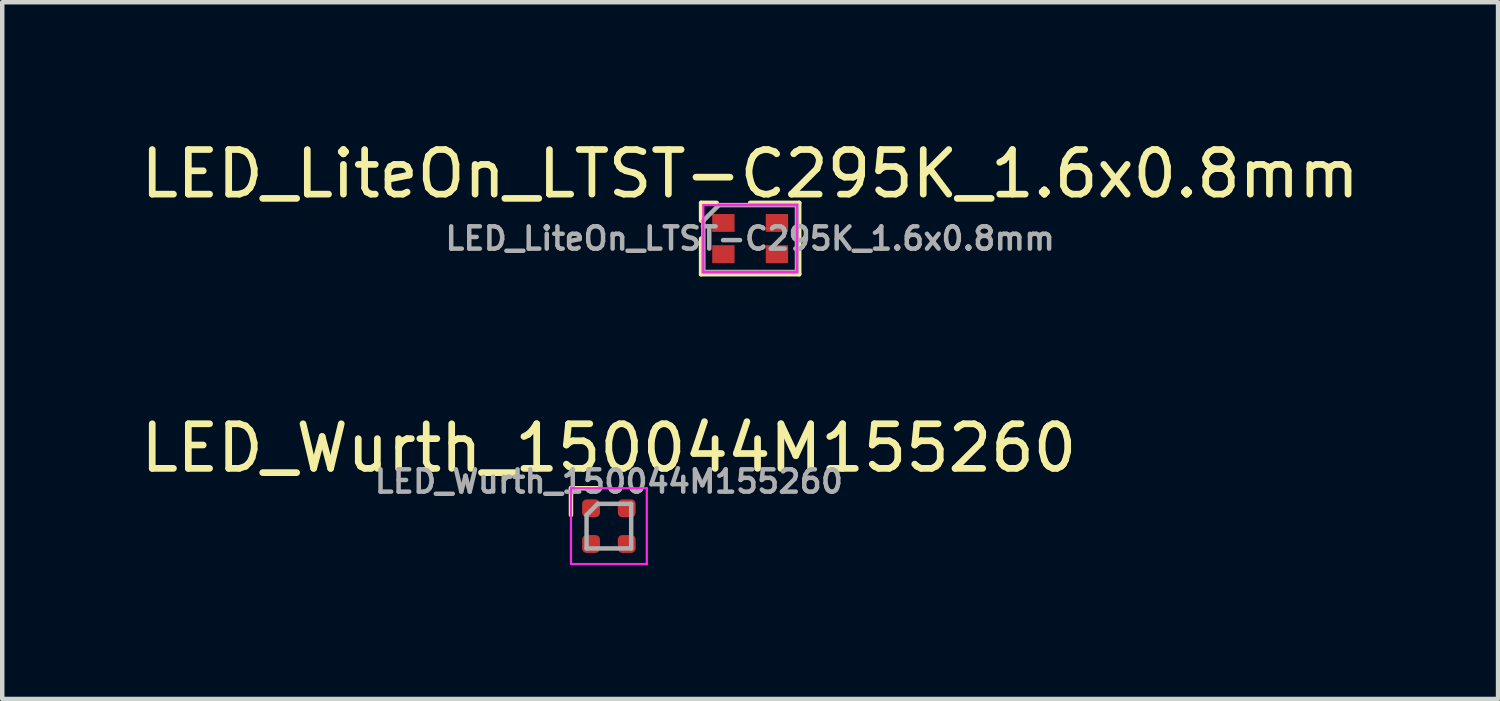
<source format=kicad_pcb>
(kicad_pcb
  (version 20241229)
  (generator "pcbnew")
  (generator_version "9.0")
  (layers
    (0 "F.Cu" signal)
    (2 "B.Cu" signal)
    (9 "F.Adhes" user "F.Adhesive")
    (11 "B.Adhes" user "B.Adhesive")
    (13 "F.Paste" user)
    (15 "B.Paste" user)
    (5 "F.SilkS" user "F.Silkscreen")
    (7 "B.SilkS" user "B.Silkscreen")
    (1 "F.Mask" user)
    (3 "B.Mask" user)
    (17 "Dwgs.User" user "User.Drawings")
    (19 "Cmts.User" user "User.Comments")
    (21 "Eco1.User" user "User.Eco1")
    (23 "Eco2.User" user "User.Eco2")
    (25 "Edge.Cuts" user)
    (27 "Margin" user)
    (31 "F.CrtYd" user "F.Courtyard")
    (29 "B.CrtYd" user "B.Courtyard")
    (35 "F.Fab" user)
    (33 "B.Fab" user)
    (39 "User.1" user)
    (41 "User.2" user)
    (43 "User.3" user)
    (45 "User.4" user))
  (footprint "LED_Wurth_150044M155260"
    (layer "F.Cu")
    (at 10.601 8.746)
    (property "Reference" "LED_Wurth_150044M155260" (at 0 -1.75 0) (layer "F.SilkS") (effects (font (size 1 1) (thickness 0.15))))
    (attr smd)
    (fp_line (start -0.85 -0.85) (end -0.85 -0.25) (stroke (width 0.1) (type solid)) (layer "F.SilkS"))
    (fp_line (start -0.25 -0.85) (end -0.85 -0.85) (stroke (width 0.1) (type solid)) (layer "F.SilkS"))
    (fp_line (start -0.85 -0.85) (end -0.85 0.85) (stroke (width 0.05) (type solid)) (layer "F.CrtYd"))
    (fp_line (start -0.85 0.85) (end 0.85 0.85) (stroke (width 0.05) (type solid)) (layer "F.CrtYd"))
    (fp_line (start 0.85 -0.85) (end -0.85 -0.85) (stroke (width 0.05) (type solid)) (layer "F.CrtYd"))
    (fp_line (start 0.85 0.85) (end 0.85 -0.85) (stroke (width 0.05) (type solid)) (layer "F.CrtYd"))
    (fp_line (start -0.5 -0.25) (end -0.5 0.5) (stroke (width 0.1) (type solid)) (layer "F.Fab"))
    (fp_line (start -0.5 0.5) (end 0.5 0.5) (stroke (width 0.1) (type solid)) (layer "F.Fab"))
    (fp_line (start -0.25 -0.5) (end -0.5 -0.25) (stroke (width 0.1) (type solid)) (layer "F.Fab"))
    (fp_line (start 0.5 -0.5) (end -0.25 -0.5) (stroke (width 0.1) (type solid)) (layer "F.Fab"))
    (fp_line (start 0.5 0.5) (end 0.5 -0.5) (stroke (width 0.1) (type solid)) (layer "F.Fab"))
    (fp_text user "${REFERENCE}" (at 0 -1 0) (layer "F.Fab") (effects (font (size 0.5 0.5) (thickness 0.1))))
    (pad "1" smd roundrect (at -0.4 -0.4) (size 0.4 0.4) (layers "F.Cu" "F.Mask" "F.Paste") (roundrect_rratio 0.25))
    (pad "2" smd roundrect (at 0.4 -0.4) (size 0.4 0.4) (layers "F.Cu" "F.Mask" "F.Paste") (roundrect_rratio 0.25))
    (pad "3" smd roundrect (at 0.4 0.4) (size 0.4 0.4) (layers "F.Cu" "F.Mask" "F.Paste") (roundrect_rratio 0.25))
    (pad "4" smd roundrect (at -0.4 0.4) (size 0.4 0.4) (layers "F.Cu" "F.Mask" "F.Paste") (roundrect_rratio 0.25)))
  (footprint "LED_LiteOn_LTST-C295K_1.6x0.8mm"
    (layer "F.Cu")
    (at 13.768 2.298)
    (property "Reference" "LED_LiteOn_LTST-C295K_1.6x0.8mm" (at 0 -1.45 0) (unlocked yes) (layer "F.SilkS") (effects (font (size 1 1) (thickness 0.15))))
    (attr smd)
    (fp_line (start -1.1 -0.8) (end -0.75 -0.8) (stroke (width 0.1) (type solid)) (layer "F.SilkS"))
    (fp_line (start -1.1 -0.4) (end -1.1 -0.8) (stroke (width 0.1) (type solid)) (layer "F.SilkS"))
    (fp_line (start -1.1 0.8) (end -1.1 0) (stroke (width 0.1) (type solid)) (layer "F.SilkS"))
    (fp_line (start 1.1 -0.8) (end 0 -0.8) (stroke (width 0.1) (type solid)) (layer "F.SilkS"))
    (fp_line (start 1.1 -0.8) (end 1.1 0.8) (stroke (width 0.1) (type solid)) (layer "F.SilkS"))
    (fp_line (start 1.1 0.8) (end -1.1 0.8) (stroke (width 0.1) (type solid)) (layer "F.SilkS"))
    (fp_line (start -1.05 -0.75) (end 1.05 -0.75) (stroke (width 0.05) (type solid)) (layer "F.CrtYd"))
    (fp_line (start -1.05 0.75) (end -1.05 -0.75) (stroke (width 0.05) (type solid)) (layer "F.CrtYd"))
    (fp_line (start 1.05 -0.75) (end 1.05 0.75) (stroke (width 0.05) (type solid)) (layer "F.CrtYd"))
    (fp_line (start 1.05 0.75) (end -1.05 0.75) (stroke (width 0.05) (type solid)) (layer "F.CrtYd"))
    (fp_line (start -1.05 -0.4) (end -0.7 -0.75) (stroke (width 0.1) (type solid)) (layer "F.Fab"))
    (fp_line (start -1.05 0.75) (end -1.05 -0.4) (stroke (width 0.1) (type solid)) (layer "F.Fab"))
    (fp_line (start -0.7 -0.75) (end 1.05 -0.75) (stroke (width 0.1) (type solid)) (layer "F.Fab"))
    (fp_line (start 1.05 -0.75) (end 1.05 0.75) (stroke (width 0.1) (type solid)) (layer "F.Fab"))
    (fp_line (start 1.05 0.75) (end -1.05 0.75) (stroke (width 0.1) (type solid)) (layer "F.Fab"))
    (fp_text user "${REFERENCE}" (at 0 0 0) (unlocked yes) (layer "F.Fab") (effects (font (size 0.5 0.5) (thickness 0.1))))
    (pad "1" smd rect (at -0.6 -0.35 90) (size 0.4 0.5) (layers "F.Cu" "F.Mask" "F.Paste"))
    (pad "2" smd rect (at -0.6 0.35 90) (size 0.4 0.5) (layers "F.Cu" "F.Mask" "F.Paste"))
    (pad "3" smd rect (at 0.6 -0.35 90) (size 0.4 0.5) (layers "F.Cu" "F.Mask" "F.Paste"))
    (pad "4" smd rect (at 0.6 0.35 90) (size 0.4 0.5) (layers "F.Cu" "F.Mask" "F.Paste")))
  (gr_rect
    (start -3 -3)
    (end 30.536 12.621)
    (stroke (width 0.1) (type default))
    (fill no)
    (layer "Edge.Cuts")))
</source>
